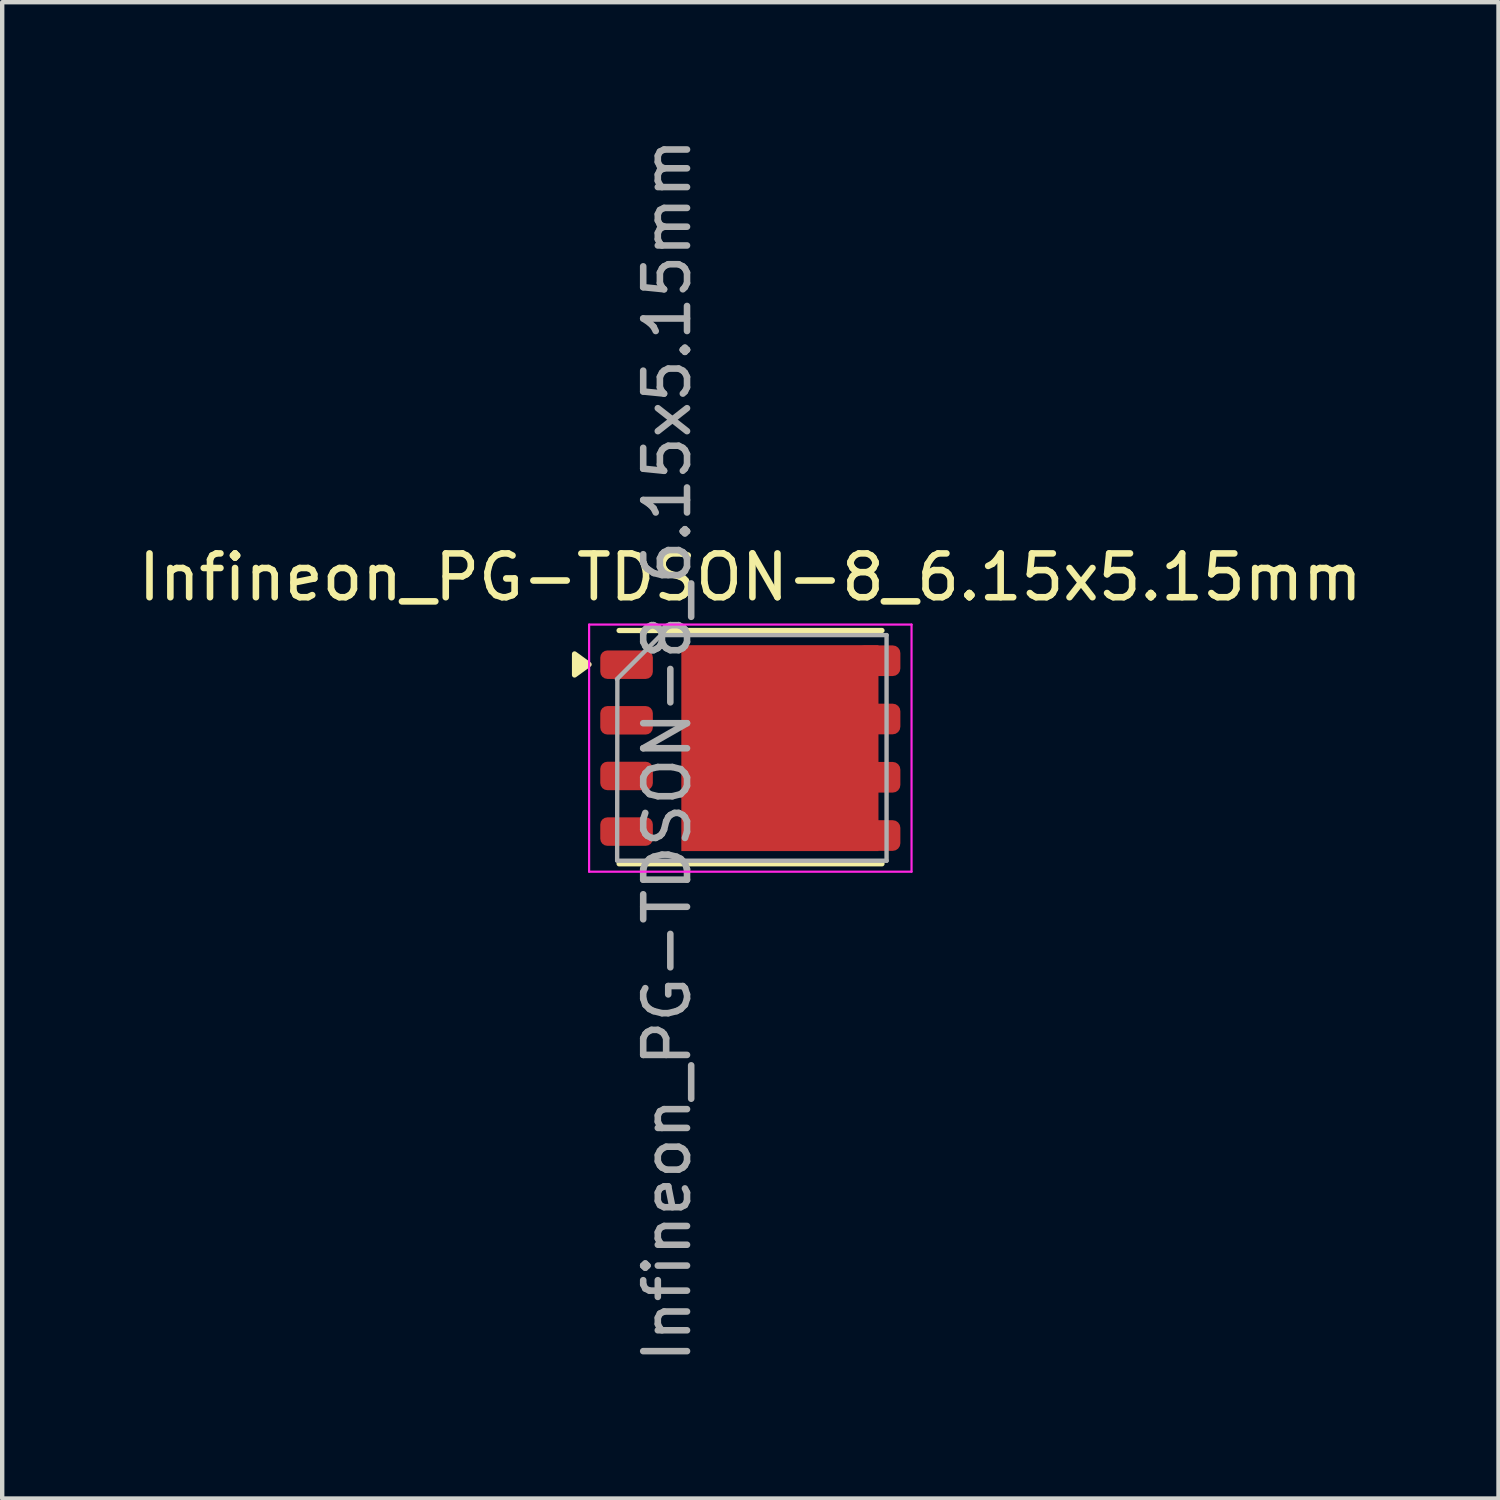
<source format=kicad_pcb>
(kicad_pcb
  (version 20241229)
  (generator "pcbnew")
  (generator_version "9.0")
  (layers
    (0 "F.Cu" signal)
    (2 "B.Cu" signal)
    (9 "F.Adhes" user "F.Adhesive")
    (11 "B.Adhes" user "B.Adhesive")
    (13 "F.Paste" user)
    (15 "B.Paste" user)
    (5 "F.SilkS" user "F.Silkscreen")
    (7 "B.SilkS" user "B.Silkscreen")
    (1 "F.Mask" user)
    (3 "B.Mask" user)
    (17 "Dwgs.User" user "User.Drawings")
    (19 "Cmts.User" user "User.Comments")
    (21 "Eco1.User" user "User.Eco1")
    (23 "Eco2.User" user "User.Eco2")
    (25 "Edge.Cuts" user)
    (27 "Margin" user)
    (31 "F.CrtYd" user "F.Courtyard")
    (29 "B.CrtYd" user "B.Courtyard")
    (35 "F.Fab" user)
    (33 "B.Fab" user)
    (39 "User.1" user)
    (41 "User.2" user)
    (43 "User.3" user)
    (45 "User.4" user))
  (footprint "Infineon_PG-TDSON-8_6.15x5.15mm"
    (layer "F.Cu")
    (at 14.077 14.027)
    (property "Reference" "Infineon_PG-TDSON-8_6.15x5.15mm" (at 0 -3.9 0) (layer "F.SilkS") (effects (font (size 1 1) (thickness 0.15))))
    (attr smd)
    (fp_line (start 3.005 -2.685) (end -2.995 -2.685) (stroke (width 0.12) (type solid)) (layer "F.SilkS"))
    (fp_line (start 3.005 2.64) (end -2.995 2.64) (stroke (width 0.12) (type solid)) (layer "F.SilkS"))
    (fp_poly (pts (xy -3.682 -1.91) (xy -4.012 -1.67) (xy -4.012 -2.15) (xy -3.682 -1.91)) (stroke (width 0.12) (type solid)) (fill yes) (layer "F.SilkS"))
    (fp_line (start -3.68 -2.82) (end 3.68 -2.82) (stroke (width 0.05) (type solid)) (layer "F.CrtYd"))
    (fp_line (start -3.68 2.82) (end -3.68 -2.82) (stroke (width 0.05) (type solid)) (layer "F.CrtYd"))
    (fp_line (start 3.68 -2.82) (end 3.68 2.82) (stroke (width 0.05) (type solid)) (layer "F.CrtYd"))
    (fp_line (start 3.68 2.82) (end -3.68 2.82) (stroke (width 0.05) (type solid)) (layer "F.CrtYd"))
    (fp_line (start -3.035 -1.57) (end -3.04 2.56) (stroke (width 0.1) (type solid)) (layer "F.Fab"))
    (fp_line (start -2.045 -2.575) (end -3.045 -1.575) (stroke (width 0.1) (type solid)) (layer "F.Fab"))
    (fp_line (start -2.04 -2.58) (end 3.11 -2.58) (stroke (width 0.1) (type solid)) (layer "F.Fab"))
    (fp_line (start 3.11 -2.58) (end 3.11 2.57) (stroke (width 0.1) (type solid)) (layer "F.Fab"))
    (fp_line (start 3.11 2.57) (end -3.04 2.57) (stroke (width 0.1) (type solid)) (layer "F.Fab"))
    (fp_text user "${REFERENCE}" (at -1.9 0.05 90) (layer "F.Fab") (effects (font (size 1 1) (thickness 0.15))))
    (pad "" smd rect (at -0.8 -1.725) (size 0.9 0.9) (layers "F.Paste"))
    (pad "" smd rect (at -0.8 -0.575) (size 0.9 0.9) (layers "F.Paste"))
    (pad "" smd rect (at -0.8 0.575) (size 0.9 0.9) (layers "F.Paste"))
    (pad "" smd rect (at -0.8 1.725) (size 0.9 0.9) (layers "F.Paste"))
    (pad "" smd rect (at 0.425 -1.725) (size 0.9 0.9) (layers "F.Paste"))
    (pad "" smd rect (at 0.425 -0.575) (size 0.9 0.9) (layers "F.Paste"))
    (pad "" smd rect (at 0.425 0.575) (size 0.9 0.9) (layers "F.Paste"))
    (pad "" smd rect (at 0.425 1.725) (size 0.9 0.9) (layers "F.Paste"))
    (pad "" smd rect (at 1.625 -1.725) (size 0.9 0.9) (layers "F.Paste"))
    (pad "" smd rect (at 1.625 -0.575) (size 0.9 0.9) (layers "F.Paste"))
    (pad "" smd rect (at 1.625 0.575) (size 0.9 0.9) (layers "F.Paste"))
    (pad "" smd rect (at 1.625 1.725) (size 0.9 0.9) (layers "F.Paste"))
    (pad "1" smd rect (at 0.675 0) (size 4.5 4.7) (layers "F.Cu" "F.Mask"))
    (pad "1" smd roundrect (at 2.925 -1.995) (size 1 0.7) (layers "F.Cu" "F.Mask" "F.Paste") (roundrect_rratio 0.25))
    (pad "1" smd roundrect (at 2.925 -0.665) (size 1 0.7) (layers "F.Cu" "F.Mask" "F.Paste") (roundrect_rratio 0.25))
    (pad "1" smd roundrect (at 2.925 0.665) (size 1 0.7) (layers "F.Cu" "F.Mask" "F.Paste") (roundrect_rratio 0.25))
    (pad "1" smd roundrect (at 2.925 1.995) (size 1 0.7) (layers "F.Cu" "F.Mask" "F.Paste") (roundrect_rratio 0.25))
    (pad "2" smd roundrect (at -2.825 1.905) (size 1.2 0.65) (layers "F.Cu" "F.Mask" "F.Paste") (roundrect_rratio 0.25))
    (pad "3" smd roundrect (at -2.825 -1.905) (size 1.2 0.65) (layers "F.Cu" "F.Mask" "F.Paste") (roundrect_rratio 0.25))
    (pad "3" smd roundrect (at -2.825 -0.635) (size 1.2 0.65) (layers "F.Cu" "F.Mask" "F.Paste") (roundrect_rratio 0.25))
    (pad "3" smd roundrect (at -2.825 0.635) (size 1.2 0.65) (layers "F.Cu" "F.Mask" "F.Paste") (roundrect_rratio 0.25)))
  (gr_rect
    (start -3 -3)
    (end 31.155 31.155)
    (stroke (width 0.1) (type default))
    (fill no)
    (layer "Edge.Cuts")))
</source>
